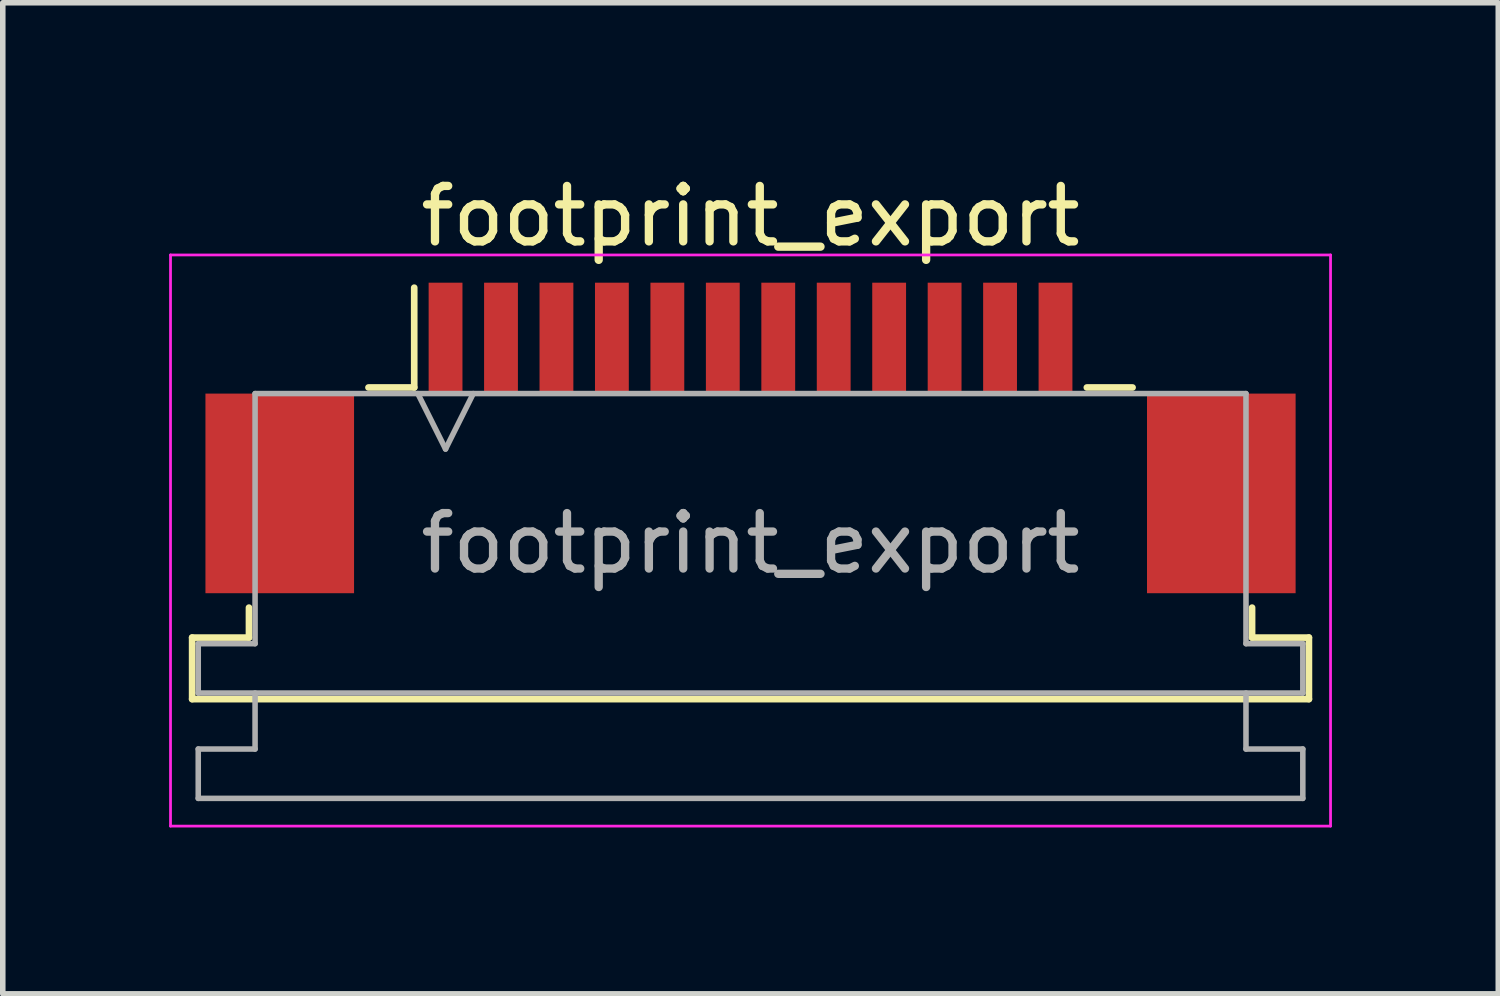
<source format=kicad_pcb>
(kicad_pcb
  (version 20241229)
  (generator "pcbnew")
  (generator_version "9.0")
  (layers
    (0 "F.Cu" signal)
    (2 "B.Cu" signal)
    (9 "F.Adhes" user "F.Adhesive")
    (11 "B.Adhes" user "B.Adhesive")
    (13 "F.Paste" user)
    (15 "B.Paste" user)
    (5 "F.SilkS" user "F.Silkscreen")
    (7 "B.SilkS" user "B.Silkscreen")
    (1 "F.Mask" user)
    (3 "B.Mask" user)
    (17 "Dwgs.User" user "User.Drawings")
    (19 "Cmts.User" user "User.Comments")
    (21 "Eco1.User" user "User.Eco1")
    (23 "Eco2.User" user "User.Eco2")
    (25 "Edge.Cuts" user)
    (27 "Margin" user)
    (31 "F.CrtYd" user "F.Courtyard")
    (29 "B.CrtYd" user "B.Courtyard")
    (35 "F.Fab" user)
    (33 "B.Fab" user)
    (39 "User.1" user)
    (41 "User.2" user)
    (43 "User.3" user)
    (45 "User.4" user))
  (footprint "footprint_export"
    (layer "F.Cu")
    (at 10.485 4.848)
    (property "Reference" "footprint_export" (at 0 -4 0) (layer "F.SilkS") (effects (font (size 1 1) (thickness 0.15))))
    (attr smd)
    (fp_line (start -10.07 3.6) (end -9.045 3.6) (stroke (width 0.12) (type solid)) (layer "F.SilkS"))
    (fp_line (start -10.07 4.71) (end -10.07 3.6) (stroke (width 0.12) (type solid)) (layer "F.SilkS"))
    (fp_line (start -9.045 3.6) (end -9.045 3.06) (stroke (width 0.12) (type solid)) (layer "F.SilkS"))
    (fp_line (start -6.89 -0.91) (end -6.065 -0.91) (stroke (width 0.12) (type solid)) (layer "F.SilkS"))
    (fp_line (start -6.065 -0.91) (end -6.065 -2.71) (stroke (width 0.12) (type solid)) (layer "F.SilkS"))
    (fp_line (start 6.065 -0.91) (end 6.89 -0.91) (stroke (width 0.12) (type solid)) (layer "F.SilkS"))
    (fp_line (start 9.045 3.06) (end 9.045 3.6) (stroke (width 0.12) (type solid)) (layer "F.SilkS"))
    (fp_line (start 9.045 3.6) (end 10.07 3.6) (stroke (width 0.12) (type solid)) (layer "F.SilkS"))
    (fp_line (start 10.07 3.6) (end 10.07 4.71) (stroke (width 0.12) (type solid)) (layer "F.SilkS"))
    (fp_line (start 10.07 4.71) (end -10.07 4.71) (stroke (width 0.12) (type solid)) (layer "F.SilkS"))
    (fp_line (start -10.46 -3.3) (end -10.46 7) (stroke (width 0.05) (type solid)) (layer "F.CrtYd"))
    (fp_line (start -10.46 7) (end 10.46 7) (stroke (width 0.05) (type solid)) (layer "F.CrtYd"))
    (fp_line (start 10.46 -3.3) (end -10.46 -3.3) (stroke (width 0.05) (type solid)) (layer "F.CrtYd"))
    (fp_line (start 10.46 7) (end 10.46 -3.3) (stroke (width 0.05) (type solid)) (layer "F.CrtYd"))
    (fp_line (start -9.96 3.71) (end -8.935 3.71) (stroke (width 0.1) (type solid)) (layer "F.Fab"))
    (fp_line (start -9.96 4.6) (end -9.96 3.71) (stroke (width 0.1) (type solid)) (layer "F.Fab"))
    (fp_line (start -9.96 5.61) (end -8.935 5.61) (stroke (width 0.1) (type solid)) (layer "F.Fab"))
    (fp_line (start -9.96 6.5) (end -9.96 5.61) (stroke (width 0.1) (type solid)) (layer "F.Fab"))
    (fp_line (start -8.935 -0.8) (end 8.935 -0.8) (stroke (width 0.1) (type solid)) (layer "F.Fab"))
    (fp_line (start -8.935 3.71) (end -8.935 -0.8) (stroke (width 0.1) (type solid)) (layer "F.Fab"))
    (fp_line (start -8.935 5.61) (end -8.935 4.6) (stroke (width 0.1) (type solid)) (layer "F.Fab"))
    (fp_line (start -6 -0.8) (end -5.5 0.2) (stroke (width 0.1) (type solid)) (layer "F.Fab"))
    (fp_line (start -5.5 0.2) (end -5 -0.8) (stroke (width 0.1) (type solid)) (layer "F.Fab"))
    (fp_line (start 8.935 -0.8) (end 8.935 3.71) (stroke (width 0.1) (type solid)) (layer "F.Fab"))
    (fp_line (start 8.935 3.71) (end 9.96 3.71) (stroke (width 0.1) (type solid)) (layer "F.Fab"))
    (fp_line (start 8.935 4.6) (end 8.935 5.61) (stroke (width 0.1) (type solid)) (layer "F.Fab"))
    (fp_line (start 8.935 5.61) (end 9.96 5.61) (stroke (width 0.1) (type solid)) (layer "F.Fab"))
    (fp_line (start 9.96 3.71) (end 9.96 4.6) (stroke (width 0.1) (type solid)) (layer "F.Fab"))
    (fp_line (start 9.96 4.6) (end -9.96 4.6) (stroke (width 0.1) (type solid)) (layer "F.Fab"))
    (fp_line (start 9.96 5.61) (end 9.96 6.5) (stroke (width 0.1) (type solid)) (layer "F.Fab"))
    (fp_line (start 9.96 6.5) (end -9.96 6.5) (stroke (width 0.1) (type solid)) (layer "F.Fab"))
    (fp_text user "${REFERENCE}" (at 0 1.9 0) (layer "F.Fab") (effects (font (size 1 1) (thickness 0.15))))
    (pad "1" smd rect (at -5.5 -1.8) (size 0.61 2) (layers "F.Cu" "F.Mask" "F.Paste"))
    (pad "2" smd rect (at -4.5 -1.8) (size 0.61 2) (layers "F.Cu" "F.Mask" "F.Paste"))
    (pad "3" smd rect (at -3.5 -1.8) (size 0.61 2) (layers "F.Cu" "F.Mask" "F.Paste"))
    (pad "4" smd rect (at -2.5 -1.8) (size 0.61 2) (layers "F.Cu" "F.Mask" "F.Paste"))
    (pad "5" smd rect (at -1.5 -1.8) (size 0.61 2) (layers "F.Cu" "F.Mask" "F.Paste"))
    (pad "6" smd rect (at -0.5 -1.8) (size 0.61 2) (layers "F.Cu" "F.Mask" "F.Paste"))
    (pad "7" smd rect (at 0.5 -1.8) (size 0.61 2) (layers "F.Cu" "F.Mask" "F.Paste"))
    (pad "8" smd rect (at 1.5 -1.8) (size 0.61 2) (layers "F.Cu" "F.Mask" "F.Paste"))
    (pad "9" smd rect (at 2.5 -1.8) (size 0.61 2) (layers "F.Cu" "F.Mask" "F.Paste"))
    (pad "10" smd rect (at 3.5 -1.8) (size 0.61 2) (layers "F.Cu" "F.Mask" "F.Paste"))
    (pad "11" smd rect (at 4.5 -1.8) (size 0.61 2) (layers "F.Cu" "F.Mask" "F.Paste"))
    (pad "12" smd rect (at 5.5 -1.8) (size 0.61 2) (layers "F.Cu" "F.Mask" "F.Paste"))
    (pad "MP" smd rect (at -8.49 1) (size 2.68 3.6) (layers "F.Cu" "F.Mask" "F.Paste"))
    (pad "MP" smd rect (at 8.49 1) (size 2.68 3.6) (layers "F.Cu" "F.Mask" "F.Paste")))
  (gr_rect
    (start -3 -3)
    (end 23.97 14.873)
    (stroke (width 0.1) (type default))
    (fill no)
    (layer "Edge.Cuts")))
</source>
